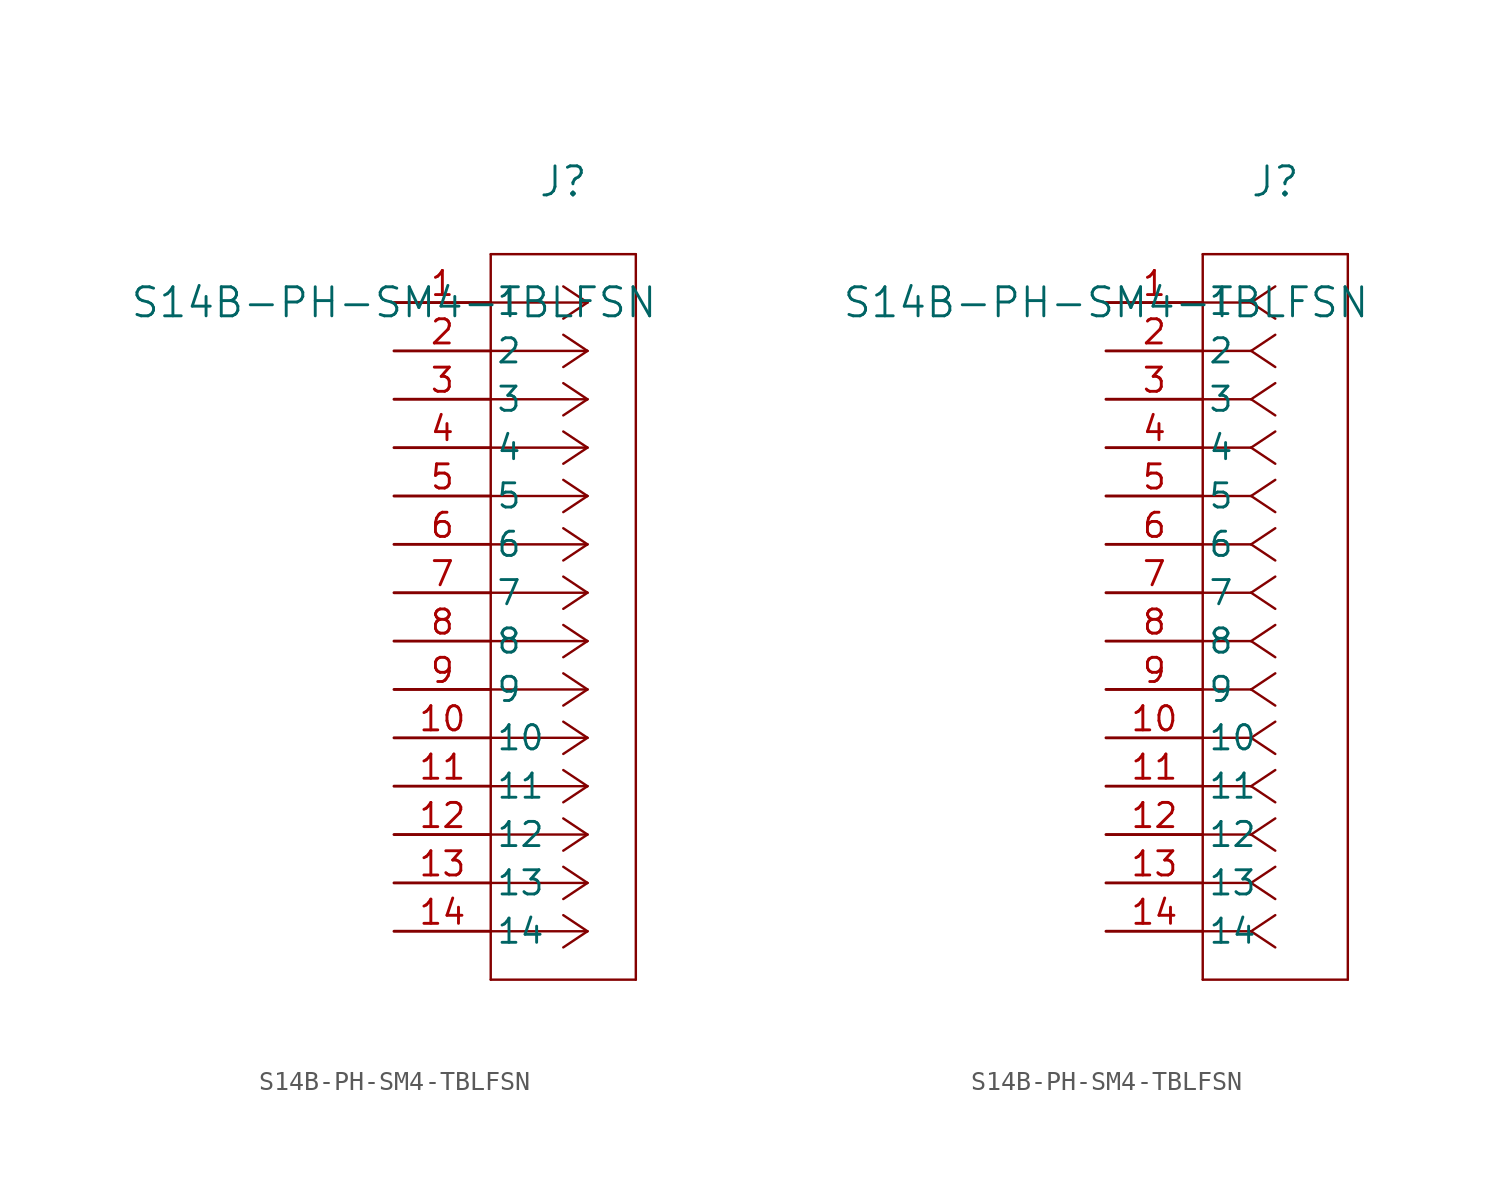
<source format=kicad_sym>
(kicad_symbol_lib
  (version 20211014)
  (generator kicad_symbol_editor)
  (symbol "S14B-PH-SM4-TBLFSN"
    (pin_names
      (offset 0.254))
    (property "Reference" "J"
      (at 8.89 6.35 0)
      (effects (font (size 1.524 1.524))))
    (property "Value" "S14B-PH-SM4-TBLFSN"
      (at 0 0 0)
      (effects (font (size 1.524 1.524))))
    (symbol "S14B-PH-SM4-TBLFSN_1_1"
      (polyline (pts (xy 10.16 0) (xy 5.08 0)) (stroke (width 0.127) (type default) (color 0 0 0 0)) (fill (type none)))
      (polyline (pts (xy 10.16 -2.54) (xy 5.08 -2.54)) (stroke (width 0.127) (type default) (color 0 0 0 0)) (fill (type none)))
      (polyline (pts (xy 10.16 -5.08) (xy 5.08 -5.08)) (stroke (width 0.127) (type default) (color 0 0 0 0)) (fill (type none)))
      (polyline (pts (xy 10.16 -7.62) (xy 5.08 -7.62)) (stroke (width 0.127) (type default) (color 0 0 0 0)) (fill (type none)))
      (polyline (pts (xy 10.16 -10.16) (xy 5.08 -10.16)) (stroke (width 0.127) (type default) (color 0 0 0 0)) (fill (type none)))
      (polyline (pts (xy 10.16 -12.7) (xy 5.08 -12.7)) (stroke (width 0.127) (type default) (color 0 0 0 0)) (fill (type none)))
      (polyline (pts (xy 10.16 -15.24) (xy 5.08 -15.24)) (stroke (width 0.127) (type default) (color 0 0 0 0)) (fill (type none)))
      (polyline (pts (xy 10.16 -17.78) (xy 5.08 -17.78)) (stroke (width 0.127) (type default) (color 0 0 0 0)) (fill (type none)))
      (polyline (pts (xy 10.16 -20.32) (xy 5.08 -20.32)) (stroke (width 0.127) (type default) (color 0 0 0 0)) (fill (type none)))
      (polyline (pts (xy 10.16 -22.86) (xy 5.08 -22.86)) (stroke (width 0.127) (type default) (color 0 0 0 0)) (fill (type none)))
      (polyline (pts (xy 10.16 -25.4) (xy 5.08 -25.4)) (stroke (width 0.127) (type default) (color 0 0 0 0)) (fill (type none)))
      (polyline (pts (xy 10.16 -27.94) (xy 5.08 -27.94)) (stroke (width 0.127) (type default) (color 0 0 0 0)) (fill (type none)))
      (polyline (pts (xy 10.16 -30.48) (xy 5.08 -30.48)) (stroke (width 0.127) (type default) (color 0 0 0 0)) (fill (type none)))
      (polyline (pts (xy 10.16 -33.02) (xy 5.08 -33.02)) (stroke (width 0.127) (type default) (color 0 0 0 0)) (fill (type none)))
      (polyline (pts (xy 10.16 0) (xy 8.89 0.847)) (stroke (width 0.127) (type default) (color 0 0 0 0)) (fill (type none)))
      (polyline (pts (xy 10.16 -2.54) (xy 8.89 -1.693)) (stroke (width 0.127) (type default) (color 0 0 0 0)) (fill (type none)))
      (polyline (pts (xy 10.16 -5.08) (xy 8.89 -4.233)) (stroke (width 0.127) (type default) (color 0 0 0 0)) (fill (type none)))
      (polyline (pts (xy 10.16 -7.62) (xy 8.89 -6.773)) (stroke (width 0.127) (type default) (color 0 0 0 0)) (fill (type none)))
      (polyline (pts (xy 10.16 -10.16) (xy 8.89 -9.313)) (stroke (width 0.127) (type default) (color 0 0 0 0)) (fill (type none)))
      (polyline (pts (xy 10.16 -12.7) (xy 8.89 -11.853)) (stroke (width 0.127) (type default) (color 0 0 0 0)) (fill (type none)))
      (polyline (pts (xy 10.16 -15.24) (xy 8.89 -14.393)) (stroke (width 0.127) (type default) (color 0 0 0 0)) (fill (type none)))
      (polyline (pts (xy 10.16 -17.78) (xy 8.89 -16.933)) (stroke (width 0.127) (type default) (color 0 0 0 0)) (fill (type none)))
      (polyline (pts (xy 10.16 -20.32) (xy 8.89 -19.473)) (stroke (width 0.127) (type default) (color 0 0 0 0)) (fill (type none)))
      (polyline (pts (xy 10.16 -22.86) (xy 8.89 -22.013)) (stroke (width 0.127) (type default) (color 0 0 0 0)) (fill (type none)))
      (polyline (pts (xy 10.16 -25.4) (xy 8.89 -24.553)) (stroke (width 0.127) (type default) (color 0 0 0 0)) (fill (type none)))
      (polyline (pts (xy 10.16 -27.94) (xy 8.89 -27.093)) (stroke (width 0.127) (type default) (color 0 0 0 0)) (fill (type none)))
      (polyline (pts (xy 10.16 -30.48) (xy 8.89 -29.633)) (stroke (width 0.127) (type default) (color 0 0 0 0)) (fill (type none)))
      (polyline (pts (xy 10.16 -33.02) (xy 8.89 -32.173)) (stroke (width 0.127) (type default) (color 0 0 0 0)) (fill (type none)))
      (polyline (pts (xy 10.16 0) (xy 8.89 -0.847)) (stroke (width 0.127) (type default) (color 0 0 0 0)) (fill (type none)))
      (polyline (pts (xy 10.16 -2.54) (xy 8.89 -3.387)) (stroke (width 0.127) (type default) (color 0 0 0 0)) (fill (type none)))
      (polyline (pts (xy 10.16 -5.08) (xy 8.89 -5.927)) (stroke (width 0.127) (type default) (color 0 0 0 0)) (fill (type none)))
      (polyline (pts (xy 10.16 -7.62) (xy 8.89 -8.467)) (stroke (width 0.127) (type default) (color 0 0 0 0)) (fill (type none)))
      (polyline (pts (xy 10.16 -10.16) (xy 8.89 -11.007)) (stroke (width 0.127) (type default) (color 0 0 0 0)) (fill (type none)))
      (polyline (pts (xy 10.16 -12.7) (xy 8.89 -13.547)) (stroke (width 0.127) (type default) (color 0 0 0 0)) (fill (type none)))
      (polyline (pts (xy 10.16 -15.24) (xy 8.89 -16.087)) (stroke (width 0.127) (type default) (color 0 0 0 0)) (fill (type none)))
      (polyline (pts (xy 10.16 -17.78) (xy 8.89 -18.627)) (stroke (width 0.127) (type default) (color 0 0 0 0)) (fill (type none)))
      (polyline (pts (xy 10.16 -20.32) (xy 8.89 -21.167)) (stroke (width 0.127) (type default) (color 0 0 0 0)) (fill (type none)))
      (polyline (pts (xy 10.16 -22.86) (xy 8.89 -23.707)) (stroke (width 0.127) (type default) (color 0 0 0 0)) (fill (type none)))
      (polyline (pts (xy 10.16 -25.4) (xy 8.89 -26.247)) (stroke (width 0.127) (type default) (color 0 0 0 0)) (fill (type none)))
      (polyline (pts (xy 10.16 -27.94) (xy 8.89 -28.787)) (stroke (width 0.127) (type default) (color 0 0 0 0)) (fill (type none)))
      (polyline (pts (xy 10.16 -30.48) (xy 8.89 -31.327)) (stroke (width 0.127) (type default) (color 0 0 0 0)) (fill (type none)))
      (polyline (pts (xy 10.16 -33.02) (xy 8.89 -33.867)) (stroke (width 0.127) (type default) (color 0 0 0 0)) (fill (type none)))
      (polyline (pts (xy 5.08 2.54) (xy 5.08 -35.56)) (stroke (width 0.127) (type default) (color 0 0 0 0)) (fill (type none)))
      (polyline (pts (xy 5.08 -35.56) (xy 12.7 -35.56)) (stroke (width 0.127) (type default) (color 0 0 0 0)) (fill (type none)))
      (polyline (pts (xy 12.7 -35.56) (xy 12.7 2.54)) (stroke (width 0.127) (type default) (color 0 0 0 0)) (fill (type none)))
      (polyline (pts (xy 12.7 2.54) (xy 5.08 2.54)) (stroke (width 0.127) (type default) (color 0 0 0 0)) (fill (type none)))
      (pin unspecified line (at 0 0 0) (length 5.08) (name "1" (effects (font (size 1.27 1.27)))) (number "1" (effects (font (size 1.27 1.27)))))
      (pin unspecified line (at 0 -2.54 0) (length 5.08) (name "2" (effects (font (size 1.27 1.27)))) (number "2" (effects (font (size 1.27 1.27)))))
      (pin unspecified line (at 0 -5.08 0) (length 5.08) (name "3" (effects (font (size 1.27 1.27)))) (number "3" (effects (font (size 1.27 1.27)))))
      (pin unspecified line (at 0 -7.62 0) (length 5.08) (name "4" (effects (font (size 1.27 1.27)))) (number "4" (effects (font (size 1.27 1.27)))))
      (pin unspecified line (at 0 -10.16 0) (length 5.08) (name "5" (effects (font (size 1.27 1.27)))) (number "5" (effects (font (size 1.27 1.27)))))
      (pin unspecified line (at 0 -12.7 0) (length 5.08) (name "6" (effects (font (size 1.27 1.27)))) (number "6" (effects (font (size 1.27 1.27)))))
      (pin unspecified line (at 0 -15.24 0) (length 5.08) (name "7" (effects (font (size 1.27 1.27)))) (number "7" (effects (font (size 1.27 1.27)))))
      (pin unspecified line (at 0 -17.78 0) (length 5.08) (name "8" (effects (font (size 1.27 1.27)))) (number "8" (effects (font (size 1.27 1.27)))))
      (pin unspecified line (at 0 -20.32 0) (length 5.08) (name "9" (effects (font (size 1.27 1.27)))) (number "9" (effects (font (size 1.27 1.27)))))
      (pin unspecified line (at 0 -22.86 0) (length 5.08) (name "10" (effects (font (size 1.27 1.27)))) (number "10" (effects (font (size 1.27 1.27)))))
      (pin unspecified line (at 0 -25.4 0) (length 5.08) (name "11" (effects (font (size 1.27 1.27)))) (number "11" (effects (font (size 1.27 1.27)))))
      (pin unspecified line (at 0 -27.94 0) (length 5.08) (name "12" (effects (font (size 1.27 1.27)))) (number "12" (effects (font (size 1.27 1.27)))))
      (pin unspecified line (at 0 -30.48 0) (length 5.08) (name "13" (effects (font (size 1.27 1.27)))) (number "13" (effects (font (size 1.27 1.27)))))
      (pin unspecified line (at 0 -33.02 0) (length 5.08) (name "14" (effects (font (size 1.27 1.27)))) (number "14" (effects (font (size 1.27 1.27))))))
    (symbol "S14B-PH-SM4-TBLFSN_1_2"
      (polyline (pts (xy 7.62 0) (xy 5.08 0)) (stroke (width 0.127) (type default) (color 0 0 0 0)) (fill (type none)))
      (polyline (pts (xy 7.62 -2.54) (xy 5.08 -2.54)) (stroke (width 0.127) (type default) (color 0 0 0 0)) (fill (type none)))
      (polyline (pts (xy 7.62 -5.08) (xy 5.08 -5.08)) (stroke (width 0.127) (type default) (color 0 0 0 0)) (fill (type none)))
      (polyline (pts (xy 7.62 -7.62) (xy 5.08 -7.62)) (stroke (width 0.127) (type default) (color 0 0 0 0)) (fill (type none)))
      (polyline (pts (xy 7.62 -10.16) (xy 5.08 -10.16)) (stroke (width 0.127) (type default) (color 0 0 0 0)) (fill (type none)))
      (polyline (pts (xy 7.62 -12.7) (xy 5.08 -12.7)) (stroke (width 0.127) (type default) (color 0 0 0 0)) (fill (type none)))
      (polyline (pts (xy 7.62 -15.24) (xy 5.08 -15.24)) (stroke (width 0.127) (type default) (color 0 0 0 0)) (fill (type none)))
      (polyline (pts (xy 7.62 -17.78) (xy 5.08 -17.78)) (stroke (width 0.127) (type default) (color 0 0 0 0)) (fill (type none)))
      (polyline (pts (xy 7.62 -20.32) (xy 5.08 -20.32)) (stroke (width 0.127) (type default) (color 0 0 0 0)) (fill (type none)))
      (polyline (pts (xy 7.62 -22.86) (xy 5.08 -22.86)) (stroke (width 0.127) (type default) (color 0 0 0 0)) (fill (type none)))
      (polyline (pts (xy 7.62 -25.4) (xy 5.08 -25.4)) (stroke (width 0.127) (type default) (color 0 0 0 0)) (fill (type none)))
      (polyline (pts (xy 7.62 -27.94) (xy 5.08 -27.94)) (stroke (width 0.127) (type default) (color 0 0 0 0)) (fill (type none)))
      (polyline (pts (xy 7.62 -30.48) (xy 5.08 -30.48)) (stroke (width 0.127) (type default) (color 0 0 0 0)) (fill (type none)))
      (polyline (pts (xy 7.62 -33.02) (xy 5.08 -33.02)) (stroke (width 0.127) (type default) (color 0 0 0 0)) (fill (type none)))
      (polyline (pts (xy 7.62 0) (xy 8.89 0.847)) (stroke (width 0.127) (type default) (color 0 0 0 0)) (fill (type none)))
      (polyline (pts (xy 7.62 -2.54) (xy 8.89 -1.693)) (stroke (width 0.127) (type default) (color 0 0 0 0)) (fill (type none)))
      (polyline (pts (xy 7.62 -5.08) (xy 8.89 -4.233)) (stroke (width 0.127) (type default) (color 0 0 0 0)) (fill (type none)))
      (polyline (pts (xy 7.62 -7.62) (xy 8.89 -6.773)) (stroke (width 0.127) (type default) (color 0 0 0 0)) (fill (type none)))
      (polyline (pts (xy 7.62 -10.16) (xy 8.89 -9.313)) (stroke (width 0.127) (type default) (color 0 0 0 0)) (fill (type none)))
      (polyline (pts (xy 7.62 -12.7) (xy 8.89 -11.853)) (stroke (width 0.127) (type default) (color 0 0 0 0)) (fill (type none)))
      (polyline (pts (xy 7.62 -15.24) (xy 8.89 -14.393)) (stroke (width 0.127) (type default) (color 0 0 0 0)) (fill (type none)))
      (polyline (pts (xy 7.62 -17.78) (xy 8.89 -16.933)) (stroke (width 0.127) (type default) (color 0 0 0 0)) (fill (type none)))
      (polyline (pts (xy 7.62 -20.32) (xy 8.89 -19.473)) (stroke (width 0.127) (type default) (color 0 0 0 0)) (fill (type none)))
      (polyline (pts (xy 7.62 -22.86) (xy 8.89 -22.013)) (stroke (width 0.127) (type default) (color 0 0 0 0)) (fill (type none)))
      (polyline (pts (xy 7.62 -25.4) (xy 8.89 -24.553)) (stroke (width 0.127) (type default) (color 0 0 0 0)) (fill (type none)))
      (polyline (pts (xy 7.62 -27.94) (xy 8.89 -27.093)) (stroke (width 0.127) (type default) (color 0 0 0 0)) (fill (type none)))
      (polyline (pts (xy 7.62 -30.48) (xy 8.89 -29.633)) (stroke (width 0.127) (type default) (color 0 0 0 0)) (fill (type none)))
      (polyline (pts (xy 7.62 -33.02) (xy 8.89 -32.173)) (stroke (width 0.127) (type default) (color 0 0 0 0)) (fill (type none)))
      (polyline (pts (xy 7.62 0) (xy 8.89 -0.847)) (stroke (width 0.127) (type default) (color 0 0 0 0)) (fill (type none)))
      (polyline (pts (xy 7.62 -2.54) (xy 8.89 -3.387)) (stroke (width 0.127) (type default) (color 0 0 0 0)) (fill (type none)))
      (polyline (pts (xy 7.62 -5.08) (xy 8.89 -5.927)) (stroke (width 0.127) (type default) (color 0 0 0 0)) (fill (type none)))
      (polyline (pts (xy 7.62 -7.62) (xy 8.89 -8.467)) (stroke (width 0.127) (type default) (color 0 0 0 0)) (fill (type none)))
      (polyline (pts (xy 7.62 -10.16) (xy 8.89 -11.007)) (stroke (width 0.127) (type default) (color 0 0 0 0)) (fill (type none)))
      (polyline (pts (xy 7.62 -12.7) (xy 8.89 -13.547)) (stroke (width 0.127) (type default) (color 0 0 0 0)) (fill (type none)))
      (polyline (pts (xy 7.62 -15.24) (xy 8.89 -16.087)) (stroke (width 0.127) (type default) (color 0 0 0 0)) (fill (type none)))
      (polyline (pts (xy 7.62 -17.78) (xy 8.89 -18.627)) (stroke (width 0.127) (type default) (color 0 0 0 0)) (fill (type none)))
      (polyline (pts (xy 7.62 -20.32) (xy 8.89 -21.167)) (stroke (width 0.127) (type default) (color 0 0 0 0)) (fill (type none)))
      (polyline (pts (xy 7.62 -22.86) (xy 8.89 -23.707)) (stroke (width 0.127) (type default) (color 0 0 0 0)) (fill (type none)))
      (polyline (pts (xy 7.62 -25.4) (xy 8.89 -26.247)) (stroke (width 0.127) (type default) (color 0 0 0 0)) (fill (type none)))
      (polyline (pts (xy 7.62 -27.94) (xy 8.89 -28.787)) (stroke (width 0.127) (type default) (color 0 0 0 0)) (fill (type none)))
      (polyline (pts (xy 7.62 -30.48) (xy 8.89 -31.327)) (stroke (width 0.127) (type default) (color 0 0 0 0)) (fill (type none)))
      (polyline (pts (xy 7.62 -33.02) (xy 8.89 -33.867)) (stroke (width 0.127) (type default) (color 0 0 0 0)) (fill (type none)))
      (polyline (pts (xy 5.08 2.54) (xy 5.08 -35.56)) (stroke (width 0.127) (type default) (color 0 0 0 0)) (fill (type none)))
      (polyline (pts (xy 5.08 -35.56) (xy 12.7 -35.56)) (stroke (width 0.127) (type default) (color 0 0 0 0)) (fill (type none)))
      (polyline (pts (xy 12.7 -35.56) (xy 12.7 2.54)) (stroke (width 0.127) (type default) (color 0 0 0 0)) (fill (type none)))
      (polyline (pts (xy 12.7 2.54) (xy 5.08 2.54)) (stroke (width 0.127) (type default) (color 0 0 0 0)) (fill (type none)))
      (pin unspecified line (at 0 0 0) (length 5.08) (name "1" (effects (font (size 1.27 1.27)))) (number "1" (effects (font (size 1.27 1.27)))))
      (pin unspecified line (at 0 -2.54 0) (length 5.08) (name "2" (effects (font (size 1.27 1.27)))) (number "2" (effects (font (size 1.27 1.27)))))
      (pin unspecified line (at 0 -5.08 0) (length 5.08) (name "3" (effects (font (size 1.27 1.27)))) (number "3" (effects (font (size 1.27 1.27)))))
      (pin unspecified line (at 0 -7.62 0) (length 5.08) (name "4" (effects (font (size 1.27 1.27)))) (number "4" (effects (font (size 1.27 1.27)))))
      (pin unspecified line (at 0 -10.16 0) (length 5.08) (name "5" (effects (font (size 1.27 1.27)))) (number "5" (effects (font (size 1.27 1.27)))))
      (pin unspecified line (at 0 -12.7 0) (length 5.08) (name "6" (effects (font (size 1.27 1.27)))) (number "6" (effects (font (size 1.27 1.27)))))
      (pin unspecified line (at 0 -15.24 0) (length 5.08) (name "7" (effects (font (size 1.27 1.27)))) (number "7" (effects (font (size 1.27 1.27)))))
      (pin unspecified line (at 0 -17.78 0) (length 5.08) (name "8" (effects (font (size 1.27 1.27)))) (number "8" (effects (font (size 1.27 1.27)))))
      (pin unspecified line (at 0 -20.32 0) (length 5.08) (name "9" (effects (font (size 1.27 1.27)))) (number "9" (effects (font (size 1.27 1.27)))))
      (pin unspecified line (at 0 -22.86 0) (length 5.08) (name "10" (effects (font (size 1.27 1.27)))) (number "10" (effects (font (size 1.27 1.27)))))
      (pin unspecified line (at 0 -25.4 0) (length 5.08) (name "11" (effects (font (size 1.27 1.27)))) (number "11" (effects (font (size 1.27 1.27)))))
      (pin unspecified line (at 0 -27.94 0) (length 5.08) (name "12" (effects (font (size 1.27 1.27)))) (number "12" (effects (font (size 1.27 1.27)))))
      (pin unspecified line (at 0 -30.48 0) (length 5.08) (name "13" (effects (font (size 1.27 1.27)))) (number "13" (effects (font (size 1.27 1.27)))))
      (pin unspecified line (at 0 -33.02 0) (length 5.08) (name "14" (effects (font (size 1.27 1.27)))) (number "14" (effects (font (size 1.27 1.27))))))))
</source>
